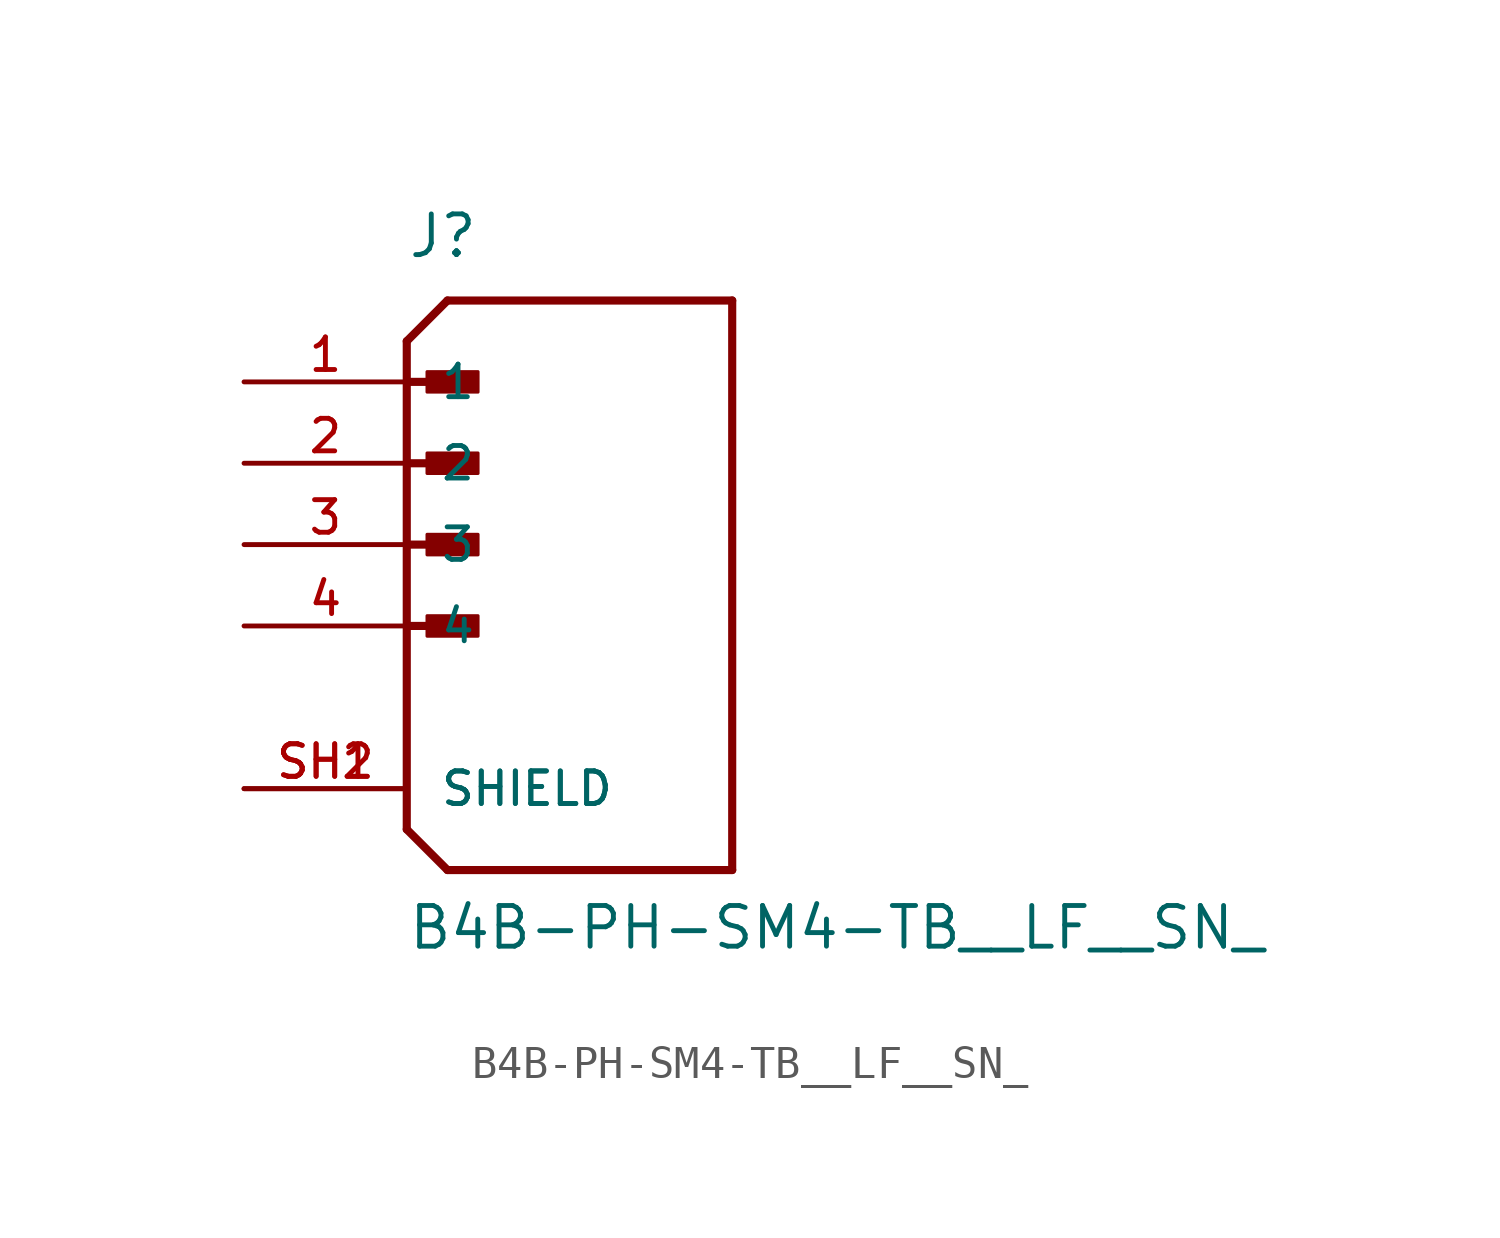
<source format=kicad_sym>
(kicad_symbol_lib
  (version 20241209)
  (generator "kicad_symbol_editor")
  (generator_version "9.0")
  (symbol "B4B-PH-SM4-TB__LF__SN_"
    (pin_names
      (offset 1.016))
    (property "Reference" "J"
      (at 0 8.89 0)
      (effects (font (size 1.27 1.27)) (justify left bottom)))
    (property "Value" "B4B-PH-SM4-TB__LF__SN_"
      (at 0 -12.7 0)
      (effects (font (size 1.27 1.27)) (justify left bottom)))
    (symbol "B4B-PH-SM4-TB__LF__SN__0_0"
      (polyline (pts (xy 0 6.35) (xy 0 -8.89)) (stroke (width 0.254) (type default)) (fill (type none)))
      (polyline (pts (xy 0 6.35) (xy 1.27 7.62)) (stroke (width 0.254) (type default)) (fill (type none)))
      (polyline (pts (xy 0 5.08) (xy 1.905 5.08)) (stroke (width 0.254) (type default)) (fill (type none)))
      (polyline (pts (xy 0 2.54) (xy 1.905 2.54)) (stroke (width 0.254) (type default)) (fill (type none)))
      (polyline (pts (xy 0 0) (xy 1.905 0)) (stroke (width 0.254) (type default)) (fill (type none)))
      (polyline (pts (xy 0 -2.54) (xy 1.905 -2.54)) (stroke (width 0.254) (type default)) (fill (type none)))
      (polyline (pts (xy 0 -8.89) (xy 1.27 -10.16)) (stroke (width 0.254) (type default)) (fill (type none)))
      (rectangle (start 0.635 4.763) (end 2.223 5.397) (stroke (width 0.1) (type default)) (fill (type outline)))
      (rectangle (start 0.635 2.223) (end 2.223 2.857) (stroke (width 0.1) (type default)) (fill (type outline)))
      (rectangle (start 0.635 -0.318) (end 2.223 0.318) (stroke (width 0.1) (type default)) (fill (type outline)))
      (rectangle (start 0.635 -2.857) (end 2.223 -2.223) (stroke (width 0.1) (type default)) (fill (type outline)))
      (polyline (pts (xy 1.27 -10.16) (xy 10.16 -10.16)) (stroke (width 0.254) (type default)) (fill (type none)))
      (polyline (pts (xy 10.16 7.62) (xy 1.27 7.62)) (stroke (width 0.254) (type default)) (fill (type none)))
      (polyline (pts (xy 10.16 -10.16) (xy 10.16 7.62)) (stroke (width 0.254) (type default)) (fill (type none)))
      (pin passive line (at -5.08 5.08 0) (length 5.08) (name "1" (effects (font (size 1.016 1.016)))) (number "1" (effects (font (size 1.016 1.016)))))
      (pin passive line (at -5.08 2.54 0) (length 5.08) (name "2" (effects (font (size 1.016 1.016)))) (number "2" (effects (font (size 1.016 1.016)))))
      (pin passive line (at -5.08 0 0) (length 5.08) (name "3" (effects (font (size 1.016 1.016)))) (number "3" (effects (font (size 1.016 1.016)))))
      (pin passive line (at -5.08 -2.54 0) (length 5.08) (name "4" (effects (font (size 1.016 1.016)))) (number "4" (effects (font (size 1.016 1.016)))))
      (pin passive line (at -5.08 -7.62 0) (length 5.08) (name "SHIELD" (effects (font (size 1.016 1.016)))) (number "SH1" (effects (font (size 1.016 1.016)))))
      (pin passive line (at -5.08 -7.62 0) (length 5.08) (name "SHIELD" (effects (font (size 1.016 1.016)))) (number "SH2" (effects (font (size 1.016 1.016))))))))
</source>
